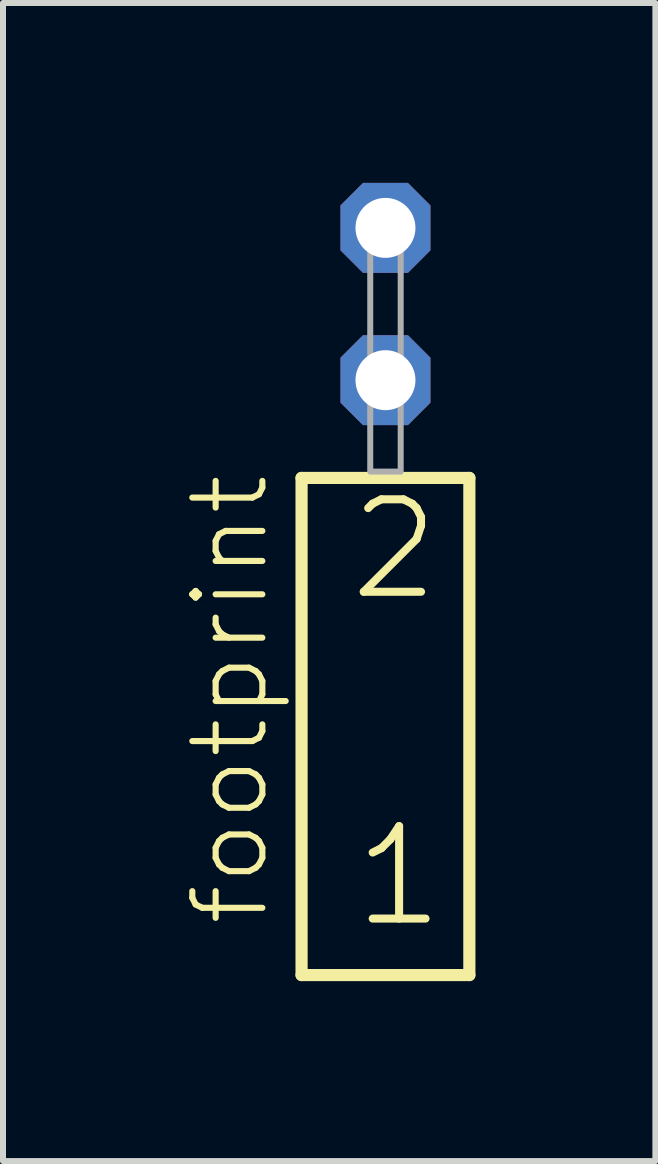
<source format=kicad_pcb>
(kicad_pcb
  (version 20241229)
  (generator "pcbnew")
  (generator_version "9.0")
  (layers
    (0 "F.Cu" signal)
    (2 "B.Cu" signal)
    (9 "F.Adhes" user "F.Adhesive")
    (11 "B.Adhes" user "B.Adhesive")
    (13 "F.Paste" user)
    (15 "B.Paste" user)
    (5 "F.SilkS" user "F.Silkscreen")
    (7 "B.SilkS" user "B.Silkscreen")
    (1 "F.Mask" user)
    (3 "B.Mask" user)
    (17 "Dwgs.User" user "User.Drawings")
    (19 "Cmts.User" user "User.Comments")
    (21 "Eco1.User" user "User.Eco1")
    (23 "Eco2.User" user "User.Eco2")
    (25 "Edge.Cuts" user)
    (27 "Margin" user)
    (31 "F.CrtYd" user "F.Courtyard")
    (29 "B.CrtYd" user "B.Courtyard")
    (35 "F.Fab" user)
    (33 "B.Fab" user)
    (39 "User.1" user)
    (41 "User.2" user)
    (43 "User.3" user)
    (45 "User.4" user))
  (footprint "footprint"
    (layer "F.Cu")
    (at 3.378 4.814)
    (property "Reference" "footprint" (at -1.905 7.62 90) (layer "F.SilkS") (effects (font (size 1.168 1.168) (thickness 0.102)) (justify left bottom)))
    (fp_line (start -1.399 0.106) (end -1.399 8.396) (stroke (width 0.203) (type solid)) (layer "F.SilkS"))
    (fp_line (start -1.399 8.396) (end 1.399 8.396) (stroke (width 0.203) (type solid)) (layer "F.SilkS"))
    (fp_line (start 1.399 0.106) (end -1.399 0.106) (stroke (width 0.203) (type solid)) (layer "F.SilkS"))
    (fp_line (start 1.399 8.396) (end 1.399 0.106) (stroke (width 0.203) (type solid)) (layer "F.SilkS"))
    (fp_poly (pts (xy -0.254 0) (xy 0.254 0) (xy 0.254 -4.318) (xy -0.254 -4.318)) (stroke (width 0.1) (type solid)) (fill no) (layer "F.Fab"))
    (fp_text user "2" (at -0.67 2.2 0) (layer "F.SilkS") (effects (font (size 1.542 1.542) (thickness 0.134)) (justify left bottom)))
    (fp_text user "1" (at -0.595 7.65 0) (layer "F.SilkS") (effects (font (size 1.542 1.542) (thickness 0.134)) (justify left bottom)))
    (pad "1" thru_hole roundrect (at 0 -1.524) (size 1.5 1.5) (drill 1) (layers "*.Cu" "*.Mask") (roundrect_rratio 0.25) (chamfer_ratio 0.25) (chamfer top_left top_right bottom_left bottom_right))
    (pad "2" thru_hole roundrect (at 0 -4.064) (size 1.5 1.5) (drill 1) (layers "*.Cu" "*.Mask") (roundrect_rratio 0.25) (chamfer_ratio 0.25) (chamfer top_left top_right bottom_left bottom_right)))
  (gr_rect
    (start -3 -3)
    (end 7.879 16.312)
    (stroke (width 0.1) (type default))
    (fill no)
    (layer "Edge.Cuts")))
</source>
